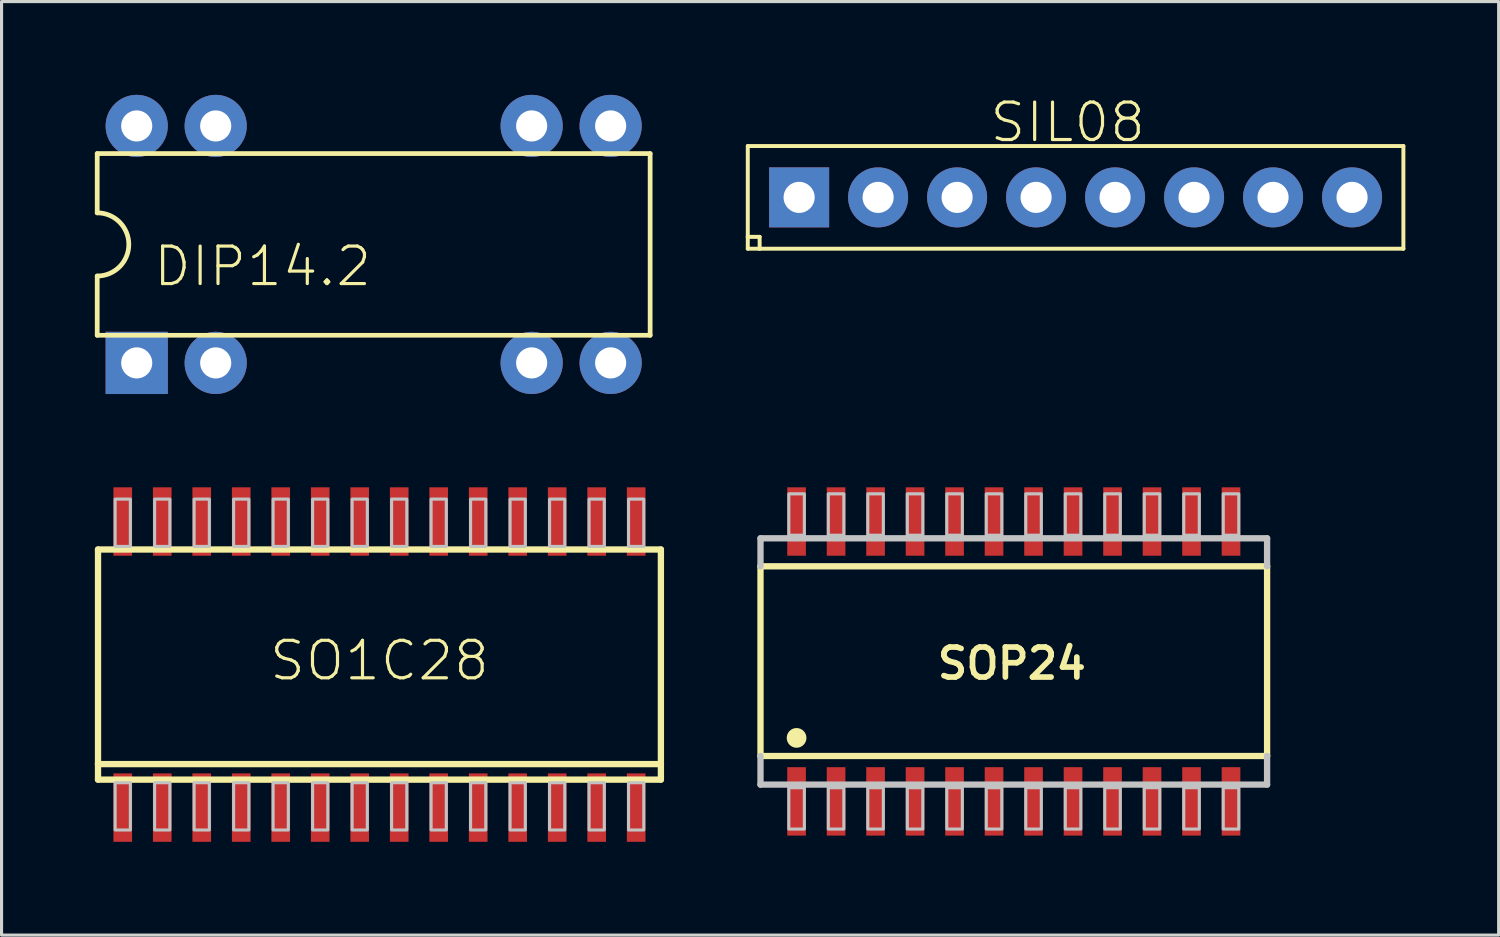
<source format=kicad_pcb>
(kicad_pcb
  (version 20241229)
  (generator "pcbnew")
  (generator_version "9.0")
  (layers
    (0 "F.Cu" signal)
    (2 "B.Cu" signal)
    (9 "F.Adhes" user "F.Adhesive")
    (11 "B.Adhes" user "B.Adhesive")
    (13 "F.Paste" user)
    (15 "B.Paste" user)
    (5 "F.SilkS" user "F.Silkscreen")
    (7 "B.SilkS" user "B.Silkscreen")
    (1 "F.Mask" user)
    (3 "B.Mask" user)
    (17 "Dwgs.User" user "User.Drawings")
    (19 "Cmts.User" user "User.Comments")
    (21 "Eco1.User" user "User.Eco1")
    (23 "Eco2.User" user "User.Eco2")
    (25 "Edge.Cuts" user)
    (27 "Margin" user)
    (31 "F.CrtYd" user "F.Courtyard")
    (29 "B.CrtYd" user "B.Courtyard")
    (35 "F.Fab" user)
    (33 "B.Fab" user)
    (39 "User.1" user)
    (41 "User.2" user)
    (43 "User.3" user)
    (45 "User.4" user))
  (footprint "SIL08"
    (layer "F.Cu")
    (at 22.647 3.297)
    (property "Reference" "SIL08" (at 8.636 -2.413 0) (layer "F.SilkS") (effects (font (size 1.206 1.206) (thickness 0.102))))
    (attr through_hole)
    (fp_line (start -1.651 -1.651) (end 19.431 -1.651) (stroke (width 0.127) (type solid)) (layer "F.SilkS"))
    (fp_line (start -1.651 1.27) (end -1.651 -1.651) (stroke (width 0.127) (type solid)) (layer "F.SilkS"))
    (fp_line (start -1.651 1.27) (end -1.27 1.27) (stroke (width 0.127) (type solid)) (layer "F.SilkS"))
    (fp_line (start -1.651 1.651) (end -1.651 1.27) (stroke (width 0.127) (type solid)) (layer "F.SilkS"))
    (fp_line (start -1.27 1.27) (end -1.27 1.651) (stroke (width 0.127) (type solid)) (layer "F.SilkS"))
    (fp_line (start -1.27 1.651) (end -1.651 1.651) (stroke (width 0.127) (type solid)) (layer "F.SilkS"))
    (fp_line (start 19.431 -1.651) (end 19.431 1.651) (stroke (width 0.127) (type solid)) (layer "F.SilkS"))
    (fp_line (start 19.431 1.651) (end -1.27 1.651) (stroke (width 0.127) (type solid)) (layer "F.SilkS"))
    (pad "1" thru_hole rect (at 0 0) (size 1.93 1.93) (drill 1) (layers "*.Cu" "*.Mask"))
    (pad "2" thru_hole oval (at 2.54 0) (size 1.93 1.93) (drill 1) (layers "*.Cu" "*.Mask"))
    (pad "3" thru_hole oval (at 5.08 0) (size 1.93 1.93) (drill 1) (layers "*.Cu" "*.Mask"))
    (pad "4" thru_hole oval (at 7.62 0) (size 1.93 1.93) (drill 1) (layers "*.Cu" "*.Mask"))
    (pad "5" thru_hole oval (at 10.16 0) (size 1.93 1.93) (drill 1) (layers "*.Cu" "*.Mask"))
    (pad "6" thru_hole oval (at 12.7 0) (size 1.93 1.93) (drill 1) (layers "*.Cu" "*.Mask"))
    (pad "7" thru_hole oval (at 15.24 0) (size 1.93 1.93) (drill 1) (layers "*.Cu" "*.Mask"))
    (pad "8" thru_hole oval (at 17.78 0) (size 1.93 1.93) (drill 1) (layers "*.Cu" "*.Mask")))
  (footprint "SO1C28"
    (layer "F.Cu")
    (at 9.137 18.13)
    (property "Reference" "SO1C28" (at 0.015 0.063 0) (layer "F.SilkS") (effects (font (size 1.206 1.206) (thickness 0.102))))
    (attr through_hole)
    (fp_line (start -9.035 -3.51) (end 9.065 -3.51) (stroke (width 0.203) (type solid)) (layer "F.SilkS"))
    (fp_line (start -9.035 3.39) (end -9.035 -3.51) (stroke (width 0.203) (type solid)) (layer "F.SilkS"))
    (fp_line (start -9.035 3.89) (end -9.035 3.39) (stroke (width 0.203) (type solid)) (layer "F.SilkS"))
    (fp_line (start 9.065 -3.51) (end 9.065 3.39) (stroke (width 0.203) (type solid)) (layer "F.SilkS"))
    (fp_line (start 9.065 3.39) (end -9.035 3.39) (stroke (width 0.203) (type solid)) (layer "F.SilkS"))
    (fp_line (start 9.065 3.39) (end 9.065 3.89) (stroke (width 0.203) (type solid)) (layer "F.SilkS"))
    (fp_line (start 9.065 3.89) (end -9.035 3.89) (stroke (width 0.203) (type solid)) (layer "F.SilkS"))
    (fp_poly (pts (xy -8.485 -3.61) (xy -7.995 -3.61) (xy -7.995 -5.13) (xy -8.485 -5.13)) (stroke (width 0.1) (type solid)) (fill no) (layer "Dwgs.User"))
    (fp_poly (pts (xy -8.485 5.51) (xy -7.995 5.51) (xy -7.995 3.99) (xy -8.485 3.99)) (stroke (width 0.1) (type solid)) (fill no) (layer "Dwgs.User"))
    (fp_poly (pts (xy -7.215 -3.61) (xy -6.725 -3.61) (xy -6.725 -5.13) (xy -7.215 -5.13)) (stroke (width 0.1) (type solid)) (fill no) (layer "Dwgs.User"))
    (fp_poly (pts (xy -7.215 5.51) (xy -6.725 5.51) (xy -6.725 3.99) (xy -7.215 3.99)) (stroke (width 0.1) (type solid)) (fill no) (layer "Dwgs.User"))
    (fp_poly (pts (xy -5.945 -3.61) (xy -5.455 -3.61) (xy -5.455 -5.13) (xy -5.945 -5.13)) (stroke (width 0.1) (type solid)) (fill no) (layer "Dwgs.User"))
    (fp_poly (pts (xy -5.945 5.51) (xy -5.455 5.51) (xy -5.455 3.99) (xy -5.945 3.99)) (stroke (width 0.1) (type solid)) (fill no) (layer "Dwgs.User"))
    (fp_poly (pts (xy -4.675 -3.61) (xy -4.185 -3.61) (xy -4.185 -5.13) (xy -4.675 -5.13)) (stroke (width 0.1) (type solid)) (fill no) (layer "Dwgs.User"))
    (fp_poly (pts (xy -4.675 5.51) (xy -4.185 5.51) (xy -4.185 3.99) (xy -4.675 3.99)) (stroke (width 0.1) (type solid)) (fill no) (layer "Dwgs.User"))
    (fp_poly (pts (xy -3.405 -3.61) (xy -2.915 -3.61) (xy -2.915 -5.13) (xy -3.405 -5.13)) (stroke (width 0.1) (type solid)) (fill no) (layer "Dwgs.User"))
    (fp_poly (pts (xy -3.405 5.51) (xy -2.915 5.51) (xy -2.915 3.99) (xy -3.405 3.99)) (stroke (width 0.1) (type solid)) (fill no) (layer "Dwgs.User"))
    (fp_poly (pts (xy -2.135 -3.61) (xy -1.645 -3.61) (xy -1.645 -5.13) (xy -2.135 -5.13)) (stroke (width 0.1) (type solid)) (fill no) (layer "Dwgs.User"))
    (fp_poly (pts (xy -2.135 5.51) (xy -1.645 5.51) (xy -1.645 3.99) (xy -2.135 3.99)) (stroke (width 0.1) (type solid)) (fill no) (layer "Dwgs.User"))
    (fp_poly (pts (xy -0.865 -3.61) (xy -0.375 -3.61) (xy -0.375 -5.13) (xy -0.865 -5.13)) (stroke (width 0.1) (type solid)) (fill no) (layer "Dwgs.User"))
    (fp_poly (pts (xy -0.865 5.51) (xy -0.375 5.51) (xy -0.375 3.99) (xy -0.865 3.99)) (stroke (width 0.1) (type solid)) (fill no) (layer "Dwgs.User"))
    (fp_poly (pts (xy 0.405 -3.61) (xy 0.895 -3.61) (xy 0.895 -5.13) (xy 0.405 -5.13)) (stroke (width 0.1) (type solid)) (fill no) (layer "Dwgs.User"))
    (fp_poly (pts (xy 0.405 5.51) (xy 0.895 5.51) (xy 0.895 3.99) (xy 0.405 3.99)) (stroke (width 0.1) (type solid)) (fill no) (layer "Dwgs.User"))
    (fp_poly (pts (xy 1.675 -3.61) (xy 2.165 -3.61) (xy 2.165 -5.13) (xy 1.675 -5.13)) (stroke (width 0.1) (type solid)) (fill no) (layer "Dwgs.User"))
    (fp_poly (pts (xy 1.675 5.51) (xy 2.165 5.51) (xy 2.165 3.99) (xy 1.675 3.99)) (stroke (width 0.1) (type solid)) (fill no) (layer "Dwgs.User"))
    (fp_poly (pts (xy 2.945 -3.61) (xy 3.435 -3.61) (xy 3.435 -5.13) (xy 2.945 -5.13)) (stroke (width 0.1) (type solid)) (fill no) (layer "Dwgs.User"))
    (fp_poly (pts (xy 2.945 5.51) (xy 3.435 5.51) (xy 3.435 3.99) (xy 2.945 3.99)) (stroke (width 0.1) (type solid)) (fill no) (layer "Dwgs.User"))
    (fp_poly (pts (xy 4.215 -3.61) (xy 4.705 -3.61) (xy 4.705 -5.13) (xy 4.215 -5.13)) (stroke (width 0.1) (type solid)) (fill no) (layer "Dwgs.User"))
    (fp_poly (pts (xy 4.215 5.51) (xy 4.705 5.51) (xy 4.705 3.99) (xy 4.215 3.99)) (stroke (width 0.1) (type solid)) (fill no) (layer "Dwgs.User"))
    (fp_poly (pts (xy 5.485 -3.61) (xy 5.975 -3.61) (xy 5.975 -5.13) (xy 5.485 -5.13)) (stroke (width 0.1) (type solid)) (fill no) (layer "Dwgs.User"))
    (fp_poly (pts (xy 5.485 5.51) (xy 5.975 5.51) (xy 5.975 3.99) (xy 5.485 3.99)) (stroke (width 0.1) (type solid)) (fill no) (layer "Dwgs.User"))
    (fp_poly (pts (xy 6.755 -3.61) (xy 7.245 -3.61) (xy 7.245 -5.13) (xy 6.755 -5.13)) (stroke (width 0.1) (type solid)) (fill no) (layer "Dwgs.User"))
    (fp_poly (pts (xy 6.755 5.51) (xy 7.245 5.51) (xy 7.245 3.99) (xy 6.755 3.99)) (stroke (width 0.1) (type solid)) (fill no) (layer "Dwgs.User"))
    (fp_poly (pts (xy 8.025 -3.61) (xy 8.515 -3.61) (xy 8.515 -5.13) (xy 8.025 -5.13)) (stroke (width 0.1) (type solid)) (fill no) (layer "Dwgs.User"))
    (fp_poly (pts (xy 8.025 5.51) (xy 8.515 5.51) (xy 8.515 3.99) (xy 8.025 3.99)) (stroke (width 0.1) (type solid)) (fill no) (layer "Dwgs.User"))
    (pad "1" smd rect (at -8.24 4.79) (size 0.6 2.2) (layers "F.Cu" "F.Mask" "F.Paste"))
    (pad "2" smd rect (at -6.97 4.79) (size 0.6 2.2) (layers "F.Cu" "F.Mask" "F.Paste"))
    (pad "3" smd rect (at -5.7 4.79) (size 0.6 2.2) (layers "F.Cu" "F.Mask" "F.Paste"))
    (pad "4" smd rect (at -4.43 4.79) (size 0.6 2.2) (layers "F.Cu" "F.Mask" "F.Paste"))
    (pad "5" smd rect (at -3.16 4.79) (size 0.6 2.2) (layers "F.Cu" "F.Mask" "F.Paste"))
    (pad "6" smd rect (at -1.89 4.79) (size 0.6 2.2) (layers "F.Cu" "F.Mask" "F.Paste"))
    (pad "7" smd rect (at -0.62 4.79) (size 0.6 2.2) (layers "F.Cu" "F.Mask" "F.Paste"))
    (pad "8" smd rect (at 0.65 4.79) (size 0.6 2.2) (layers "F.Cu" "F.Mask" "F.Paste"))
    (pad "9" smd rect (at 1.92 4.79) (size 0.6 2.2) (layers "F.Cu" "F.Mask" "F.Paste"))
    (pad "10" smd rect (at 3.19 4.79) (size 0.6 2.2) (layers "F.Cu" "F.Mask" "F.Paste"))
    (pad "11" smd rect (at 4.46 4.79) (size 0.6 2.2) (layers "F.Cu" "F.Mask" "F.Paste"))
    (pad "12" smd rect (at 5.73 4.79) (size 0.6 2.2) (layers "F.Cu" "F.Mask" "F.Paste"))
    (pad "13" smd rect (at 7 4.79) (size 0.6 2.2) (layers "F.Cu" "F.Mask" "F.Paste"))
    (pad "14" smd rect (at 8.27 4.79) (size 0.6 2.2) (layers "F.Cu" "F.Mask" "F.Paste"))
    (pad "15" smd rect (at 8.27 -4.41) (size 0.6 2.2) (layers "F.Cu" "F.Mask" "F.Paste"))
    (pad "16" smd rect (at 7 -4.41) (size 0.6 2.2) (layers "F.Cu" "F.Mask" "F.Paste"))
    (pad "17" smd rect (at 5.73 -4.41) (size 0.6 2.2) (layers "F.Cu" "F.Mask" "F.Paste"))
    (pad "18" smd rect (at 4.46 -4.41) (size 0.6 2.2) (layers "F.Cu" "F.Mask" "F.Paste"))
    (pad "19" smd rect (at 3.19 -4.41) (size 0.6 2.2) (layers "F.Cu" "F.Mask" "F.Paste"))
    (pad "20" smd rect (at 1.92 -4.41) (size 0.6 2.2) (layers "F.Cu" "F.Mask" "F.Paste"))
    (pad "21" smd rect (at 0.65 -4.41) (size 0.6 2.2) (layers "F.Cu" "F.Mask" "F.Paste"))
    (pad "22" smd rect (at -0.62 -4.41) (size 0.6 2.2) (layers "F.Cu" "F.Mask" "F.Paste"))
    (pad "23" smd rect (at -1.89 -4.41) (size 0.6 2.2) (layers "F.Cu" "F.Mask" "F.Paste"))
    (pad "24" smd rect (at -3.16 -4.41) (size 0.6 2.2) (layers "F.Cu" "F.Mask" "F.Paste"))
    (pad "25" smd rect (at -4.43 -4.41) (size 0.6 2.2) (layers "F.Cu" "F.Mask" "F.Paste"))
    (pad "26" smd rect (at -5.7 -4.41) (size 0.6 2.2) (layers "F.Cu" "F.Mask" "F.Paste"))
    (pad "27" smd rect (at -6.97 -4.41) (size 0.6 2.2) (layers "F.Cu" "F.Mask" "F.Paste"))
    (pad "28" smd rect (at -8.24 -4.41) (size 0.6 2.2) (layers "F.Cu" "F.Mask" "F.Paste")))
  (footprint "SOP24"
    (layer "F.Cu")
    (at 29.55 18.22)
    (property "Reference" "SOP24" (at -0.064 0.064 0) (layer "F.SilkS") (effects (font (size 0.965 0.965) (thickness 0.183))))
    (attr through_hole)
    (fp_line (start -8.145 -3.06) (end 8.145 -3.06) (stroke (width 0.203) (type solid)) (layer "F.SilkS"))
    (fp_line (start -8.145 3.04) (end -8.145 -3.06) (stroke (width 0.203) (type solid)) (layer "F.SilkS"))
    (fp_line (start -8.145 3.04) (end 8.145 3.04) (stroke (width 0.203) (type solid)) (layer "F.SilkS"))
    (fp_line (start 8.145 -3.06) (end 8.145 3.04) (stroke (width 0.203) (type solid)) (layer "F.SilkS"))
    (fp_circle (center -6.985 2.458) (end -6.668 2.458) (stroke (width 0) (type solid)) (fill yes) (layer "F.SilkS"))
    (fp_line (start -8.145 -3.96) (end 8.145 -3.96) (stroke (width 0.203) (type solid)) (layer "Dwgs.User"))
    (fp_line (start -8.145 -3.06) (end -8.145 -3.96) (stroke (width 0.203) (type solid)) (layer "Dwgs.User"))
    (fp_line (start -8.145 3.96) (end -8.145 3.04) (stroke (width 0.203) (type solid)) (layer "Dwgs.User"))
    (fp_line (start 8.145 -3.96) (end 8.145 -3.06) (stroke (width 0.203) (type solid)) (layer "Dwgs.User"))
    (fp_line (start 8.145 3.04) (end 8.145 3.96) (stroke (width 0.203) (type solid)) (layer "Dwgs.User"))
    (fp_line (start 8.145 3.96) (end -8.145 3.96) (stroke (width 0.203) (type solid)) (layer "Dwgs.User"))
    (fp_poly (pts (xy -7.235 -4.06) (xy -6.735 -4.06) (xy -6.735 -5.39) (xy -7.235 -5.39)) (stroke (width 0.1) (type solid)) (fill no) (layer "Dwgs.User"))
    (fp_poly (pts (xy -7.235 5.39) (xy -6.735 5.39) (xy -6.735 4.06) (xy -7.235 4.06)) (stroke (width 0.1) (type solid)) (fill no) (layer "Dwgs.User"))
    (fp_poly (pts (xy -5.965 -4.06) (xy -5.465 -4.06) (xy -5.465 -5.39) (xy -5.965 -5.39)) (stroke (width 0.1) (type solid)) (fill no) (layer "Dwgs.User"))
    (fp_poly (pts (xy -5.965 5.39) (xy -5.465 5.39) (xy -5.465 4.06) (xy -5.965 4.06)) (stroke (width 0.1) (type solid)) (fill no) (layer "Dwgs.User"))
    (fp_poly (pts (xy -4.695 -4.06) (xy -4.195 -4.06) (xy -4.195 -5.39) (xy -4.695 -5.39)) (stroke (width 0.1) (type solid)) (fill no) (layer "Dwgs.User"))
    (fp_poly (pts (xy -4.695 5.39) (xy -4.195 5.39) (xy -4.195 4.06) (xy -4.695 4.06)) (stroke (width 0.1) (type solid)) (fill no) (layer "Dwgs.User"))
    (fp_poly (pts (xy -3.425 -4.06) (xy -2.925 -4.06) (xy -2.925 -5.39) (xy -3.425 -5.39)) (stroke (width 0.1) (type solid)) (fill no) (layer "Dwgs.User"))
    (fp_poly (pts (xy -3.425 5.39) (xy -2.925 5.39) (xy -2.925 4.06) (xy -3.425 4.06)) (stroke (width 0.1) (type solid)) (fill no) (layer "Dwgs.User"))
    (fp_poly (pts (xy -2.155 -4.06) (xy -1.655 -4.06) (xy -1.655 -5.39) (xy -2.155 -5.39)) (stroke (width 0.1) (type solid)) (fill no) (layer "Dwgs.User"))
    (fp_poly (pts (xy -2.155 5.39) (xy -1.655 5.39) (xy -1.655 4.06) (xy -2.155 4.06)) (stroke (width 0.1) (type solid)) (fill no) (layer "Dwgs.User"))
    (fp_poly (pts (xy -0.885 -4.06) (xy -0.385 -4.06) (xy -0.385 -5.39) (xy -0.885 -5.39)) (stroke (width 0.1) (type solid)) (fill no) (layer "Dwgs.User"))
    (fp_poly (pts (xy -0.885 5.39) (xy -0.385 5.39) (xy -0.385 4.06) (xy -0.885 4.06)) (stroke (width 0.1) (type solid)) (fill no) (layer "Dwgs.User"))
    (fp_poly (pts (xy 0.385 -4.06) (xy 0.885 -4.06) (xy 0.885 -5.39) (xy 0.385 -5.39)) (stroke (width 0.1) (type solid)) (fill no) (layer "Dwgs.User"))
    (fp_poly (pts (xy 0.385 5.39) (xy 0.885 5.39) (xy 0.885 4.06) (xy 0.385 4.06)) (stroke (width 0.1) (type solid)) (fill no) (layer "Dwgs.User"))
    (fp_poly (pts (xy 1.655 -4.06) (xy 2.155 -4.06) (xy 2.155 -5.39) (xy 1.655 -5.39)) (stroke (width 0.1) (type solid)) (fill no) (layer "Dwgs.User"))
    (fp_poly (pts (xy 1.655 5.39) (xy 2.155 5.39) (xy 2.155 4.06) (xy 1.655 4.06)) (stroke (width 0.1) (type solid)) (fill no) (layer "Dwgs.User"))
    (fp_poly (pts (xy 2.925 -4.06) (xy 3.425 -4.06) (xy 3.425 -5.39) (xy 2.925 -5.39)) (stroke (width 0.1) (type solid)) (fill no) (layer "Dwgs.User"))
    (fp_poly (pts (xy 2.925 5.39) (xy 3.425 5.39) (xy 3.425 4.06) (xy 2.925 4.06)) (stroke (width 0.1) (type solid)) (fill no) (layer "Dwgs.User"))
    (fp_poly (pts (xy 4.195 -4.06) (xy 4.695 -4.06) (xy 4.695 -5.39) (xy 4.195 -5.39)) (stroke (width 0.1) (type solid)) (fill no) (layer "Dwgs.User"))
    (fp_poly (pts (xy 4.195 5.39) (xy 4.695 5.39) (xy 4.695 4.06) (xy 4.195 4.06)) (stroke (width 0.1) (type solid)) (fill no) (layer "Dwgs.User"))
    (fp_poly (pts (xy 5.465 -4.06) (xy 5.965 -4.06) (xy 5.965 -5.39) (xy 5.465 -5.39)) (stroke (width 0.1) (type solid)) (fill no) (layer "Dwgs.User"))
    (fp_poly (pts (xy 5.465 5.39) (xy 5.965 5.39) (xy 5.965 4.06) (xy 5.465 4.06)) (stroke (width 0.1) (type solid)) (fill no) (layer "Dwgs.User"))
    (fp_poly (pts (xy 6.735 -4.06) (xy 7.235 -4.06) (xy 7.235 -5.39) (xy 6.735 -5.39)) (stroke (width 0.1) (type solid)) (fill no) (layer "Dwgs.User"))
    (fp_poly (pts (xy 6.735 5.39) (xy 7.235 5.39) (xy 7.235 4.06) (xy 6.735 4.06)) (stroke (width 0.1) (type solid)) (fill no) (layer "Dwgs.User"))
    (pad "1" smd rect (at -6.985 4.5) (size 0.6 2.2) (layers "F.Cu" "F.Mask" "F.Paste"))
    (pad "2" smd rect (at -5.715 4.5) (size 0.6 2.2) (layers "F.Cu" "F.Mask" "F.Paste"))
    (pad "3" smd rect (at -4.445 4.5) (size 0.6 2.2) (layers "F.Cu" "F.Mask" "F.Paste"))
    (pad "4" smd rect (at -3.175 4.5) (size 0.6 2.2) (layers "F.Cu" "F.Mask" "F.Paste"))
    (pad "5" smd rect (at -1.905 4.5) (size 0.6 2.2) (layers "F.Cu" "F.Mask" "F.Paste"))
    (pad "6" smd rect (at -0.635 4.5) (size 0.6 2.2) (layers "F.Cu" "F.Mask" "F.Paste"))
    (pad "7" smd rect (at 0.635 4.5) (size 0.6 2.2) (layers "F.Cu" "F.Mask" "F.Paste"))
    (pad "8" smd rect (at 1.905 4.5) (size 0.6 2.2) (layers "F.Cu" "F.Mask" "F.Paste"))
    (pad "9" smd rect (at 3.175 4.5) (size 0.6 2.2) (layers "F.Cu" "F.Mask" "F.Paste"))
    (pad "10" smd rect (at 4.445 4.5) (size 0.6 2.2) (layers "F.Cu" "F.Mask" "F.Paste"))
    (pad "11" smd rect (at 5.715 4.5) (size 0.6 2.2) (layers "F.Cu" "F.Mask" "F.Paste"))
    (pad "12" smd rect (at 6.985 4.5) (size 0.6 2.2) (layers "F.Cu" "F.Mask" "F.Paste"))
    (pad "13" smd rect (at 6.985 -4.5) (size 0.6 2.2) (layers "F.Cu" "F.Mask" "F.Paste"))
    (pad "14" smd rect (at 5.715 -4.5) (size 0.6 2.2) (layers "F.Cu" "F.Mask" "F.Paste"))
    (pad "15" smd rect (at 4.445 -4.5) (size 0.6 2.2) (layers "F.Cu" "F.Mask" "F.Paste"))
    (pad "16" smd rect (at 3.175 -4.5) (size 0.6 2.2) (layers "F.Cu" "F.Mask" "F.Paste"))
    (pad "17" smd rect (at 1.905 -4.5) (size 0.6 2.2) (layers "F.Cu" "F.Mask" "F.Paste"))
    (pad "18" smd rect (at 0.635 -4.5) (size 0.6 2.2) (layers "F.Cu" "F.Mask" "F.Paste"))
    (pad "19" smd rect (at -0.635 -4.5) (size 0.6 2.2) (layers "F.Cu" "F.Mask" "F.Paste"))
    (pad "20" smd rect (at -1.905 -4.5) (size 0.6 2.2) (layers "F.Cu" "F.Mask" "F.Paste"))
    (pad "21" smd rect (at -3.175 -4.5) (size 0.6 2.2) (layers "F.Cu" "F.Mask" "F.Paste"))
    (pad "22" smd rect (at -4.445 -4.5) (size 0.6 2.2) (layers "F.Cu" "F.Mask" "F.Paste"))
    (pad "23" smd rect (at -5.715 -4.5) (size 0.6 2.2) (layers "F.Cu" "F.Mask" "F.Paste"))
    (pad "24" smd rect (at -6.985 -4.5) (size 0.6 2.2) (layers "F.Cu" "F.Mask" "F.Paste")))
  (footprint "DIP14.2"
    (layer "F.Cu")
    (at 8.966 4.81)
    (property "Reference" "DIP14.2" (at 0 0 0) (layer "F.SilkS") (effects (font (size 1.206 1.206) (thickness 0.102)) (justify right top)))
    (attr through_hole)
    (fp_line (start -8.89 -2.921) (end -8.89 -1.016) (stroke (width 0.152) (type solid)) (layer "F.SilkS"))
    (fp_line (start -8.89 2.921) (end -8.89 1.016) (stroke (width 0.152) (type solid)) (layer "F.SilkS"))
    (fp_line (start -8.89 2.921) (end 8.89 2.921) (stroke (width 0.152) (type solid)) (layer "F.SilkS"))
    (fp_line (start 8.89 -2.921) (end -8.89 -2.921) (stroke (width 0.152) (type solid)) (layer "F.SilkS"))
    (fp_line (start 8.89 -2.921) (end 8.89 2.921) (stroke (width 0.152) (type solid)) (layer "F.SilkS"))
    (fp_arc (start -8.89 -1.016) (mid -7.874 0) (end -8.89 1.016) (stroke (width 0.1524) (type solid)) (layer "F.SilkS"))
    (pad "1" thru_hole rect (at -7.62 3.81 90) (size 2 2) (drill 1) (layers "*.Cu" "*.Mask"))
    (pad "2" thru_hole oval (at -5.08 3.81 90) (size 2 2) (drill 1) (layers "*.Cu" "*.Mask"))
    (pad "3" thru_hole oval (at 5.08 3.81 90) (size 2 2) (drill 1) (layers "*.Cu" "*.Mask"))
    (pad "4" thru_hole oval (at 7.62 3.81 90) (size 2 2) (drill 1) (layers "*.Cu" "*.Mask"))
    (pad "5" thru_hole oval (at 7.62 -3.81 90) (size 2 2) (drill 1) (layers "*.Cu" "*.Mask"))
    (pad "6" thru_hole oval (at 5.08 -3.81 90) (size 2 2) (drill 1) (layers "*.Cu" "*.Mask"))
    (pad "7" thru_hole oval (at -5.08 -3.81 90) (size 2 2) (drill 1) (layers "*.Cu" "*.Mask"))
    (pad "8" thru_hole oval (at -7.62 -3.81 90) (size 2 2) (drill 1) (layers "*.Cu" "*.Mask")))
  (gr_rect
    (start -3 -3)
    (end 45.141 27.02)
    (stroke (width 0.1) (type default))
    (fill no)
    (layer "Edge.Cuts")))
</source>
